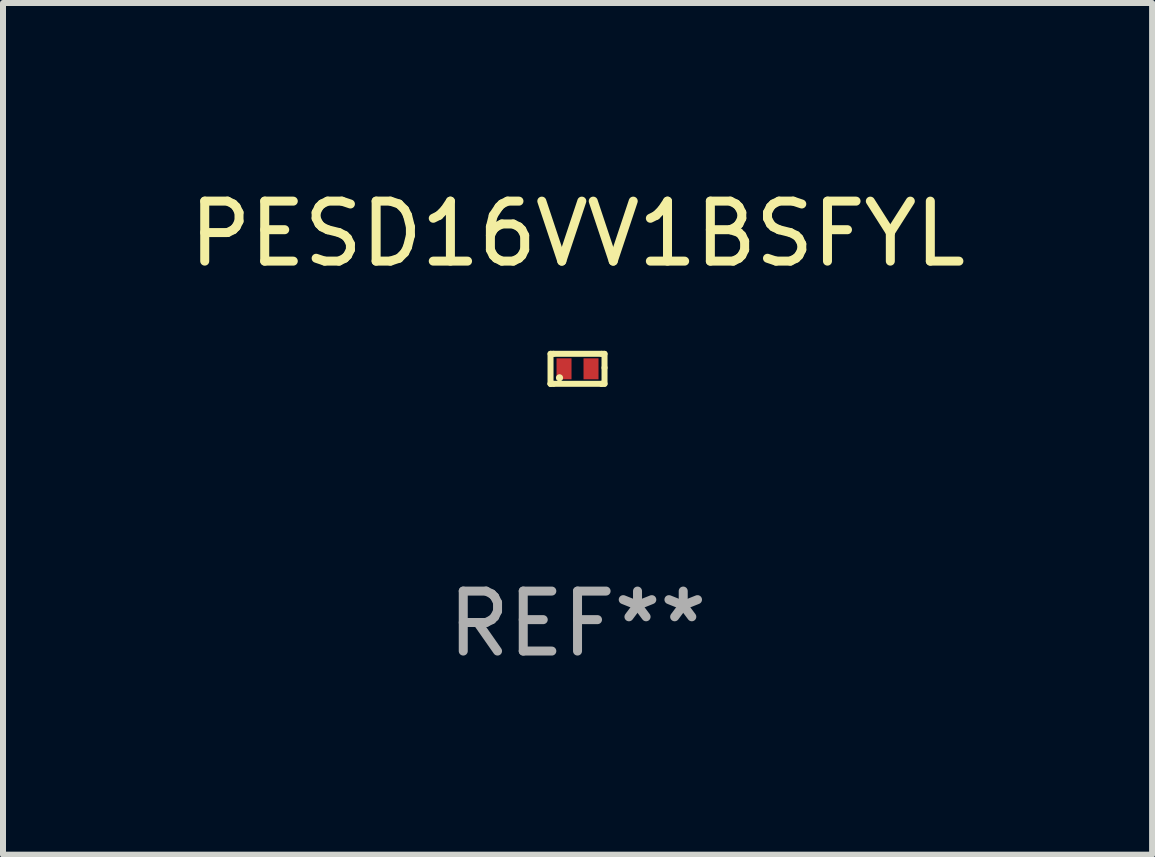
<source format=kicad_pcb>
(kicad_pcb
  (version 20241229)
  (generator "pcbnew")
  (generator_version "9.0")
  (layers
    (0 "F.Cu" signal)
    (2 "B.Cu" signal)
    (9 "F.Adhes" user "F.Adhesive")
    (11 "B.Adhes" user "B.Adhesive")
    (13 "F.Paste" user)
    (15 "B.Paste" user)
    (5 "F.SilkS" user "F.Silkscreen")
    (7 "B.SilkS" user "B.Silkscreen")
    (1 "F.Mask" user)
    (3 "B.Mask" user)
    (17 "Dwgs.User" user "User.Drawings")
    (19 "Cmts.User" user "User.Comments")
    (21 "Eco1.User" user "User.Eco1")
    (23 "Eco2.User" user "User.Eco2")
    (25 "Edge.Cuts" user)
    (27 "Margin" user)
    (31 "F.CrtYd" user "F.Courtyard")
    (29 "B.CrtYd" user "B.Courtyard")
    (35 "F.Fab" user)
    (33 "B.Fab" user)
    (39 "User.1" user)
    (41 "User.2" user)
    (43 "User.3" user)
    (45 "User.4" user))
  (footprint "PESD16VV1BSFYL"
    (layer "F.Cu")
    (at 6.577 3.098)
    (property "Reference" "PESD16VV1BSFYL" (at 0 -2.25 0) (layer "F.SilkS") (effects (font (size 1 1) (thickness 0.15))))
    (attr through_hole)
    (fp_line (start -0.45 -0.25) (end -0.45 0.25) (stroke (width 0.1) (type solid)) (layer "F.SilkS"))
    (fp_line (start -0.45 0.25) (end -0.45 0.25) (stroke (width 0.1) (type solid)) (layer "F.SilkS"))
    (fp_line (start -0.4 -0.25) (end -0.45 -0.25) (stroke (width 0.1) (type solid)) (layer "F.SilkS"))
    (fp_line (start -0.4 -0.25) (end 0.4 -0.25) (stroke (width 0.1) (type solid)) (layer "F.SilkS"))
    (fp_line (start -0.4 0.25) (end -0.45 0.25) (stroke (width 0.1) (type solid)) (layer "F.SilkS"))
    (fp_line (start -0.4 0.25) (end 0.4 0.25) (stroke (width 0.1) (type solid)) (layer "F.SilkS"))
    (fp_line (start 0.4 -0.25) (end 0.45 -0.25) (stroke (width 0.1) (type solid)) (layer "F.SilkS"))
    (fp_line (start 0.4 0.25) (end 0.4 0.25) (stroke (width 0.1) (type solid)) (layer "F.SilkS"))
    (fp_line (start 0.45 -0.25) (end 0.45 -0.018) (stroke (width 0.1) (type solid)) (layer "F.SilkS"))
    (fp_line (start 0.45 -0.018) (end 0.45 0.25) (stroke (width 0.1) (type solid)) (layer "F.SilkS"))
    (fp_line (start 0.45 0.25) (end 0.4 0.25) (stroke (width 0.1) (type solid)) (layer "F.SilkS"))
    (fp_circle (center -0.3 0.15) (end -0.27 0.15) (stroke (width 0.06) (type solid)) (fill no) (layer "F.SilkS"))
    (fp_text user "REF**" (at 0 4.25 0) (layer "F.Fab") (effects (font (size 1 1) (thickness 0.15))))
    (pad "1" smd rect (at -0.225 0) (size 0.25 0.35) (layers "F.Cu" "F.Mask" "F.Paste"))
    (pad "2" smd rect (at 0.225 0) (size 0.25 0.35) (layers "F.Cu" "F.Mask" "F.Paste")))
  (gr_rect
    (start -3 -3)
    (end 16.155 11.197)
    (stroke (width 0.1) (type default))
    (fill no)
    (layer "Edge.Cuts")))
</source>
